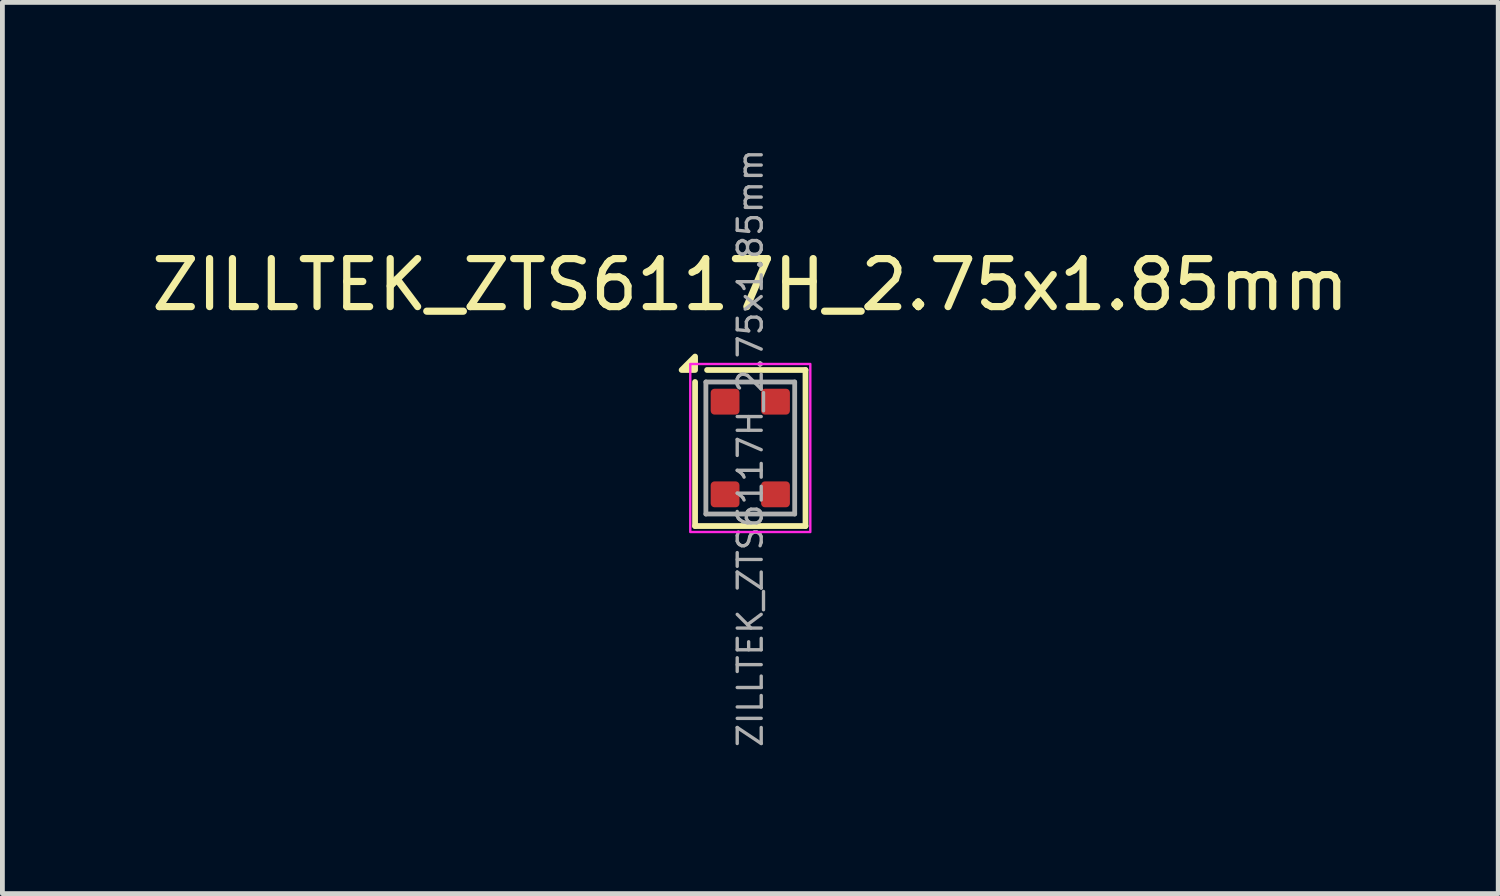
<source format=kicad_pcb>
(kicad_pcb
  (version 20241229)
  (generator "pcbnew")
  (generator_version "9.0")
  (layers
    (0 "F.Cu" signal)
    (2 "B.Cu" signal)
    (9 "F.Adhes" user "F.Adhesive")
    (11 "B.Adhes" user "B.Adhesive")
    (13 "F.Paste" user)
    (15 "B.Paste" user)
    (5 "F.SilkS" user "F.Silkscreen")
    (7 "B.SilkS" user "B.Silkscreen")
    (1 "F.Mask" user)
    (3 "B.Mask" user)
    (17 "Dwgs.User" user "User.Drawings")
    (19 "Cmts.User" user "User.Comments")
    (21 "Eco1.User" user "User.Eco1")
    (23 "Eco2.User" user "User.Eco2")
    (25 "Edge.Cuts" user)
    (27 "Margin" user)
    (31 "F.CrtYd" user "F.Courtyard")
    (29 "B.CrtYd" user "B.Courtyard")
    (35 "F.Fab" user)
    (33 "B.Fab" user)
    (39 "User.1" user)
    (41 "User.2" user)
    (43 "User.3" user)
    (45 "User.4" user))
  (footprint "ZILLTEK_ZTS6117H_2.75x1.85mm"
    (layer "F.Cu")
    (at 12.577 6.281)
    (property "Reference" "ZILLTEK_ZTS6117H_2.75x1.85mm" (at 0 -3.4 0) (layer "F.SilkS") (effects (font (size 1 1) (thickness 0.15))))
    (attr smd)
    (fp_line (start -1.15 -1.375) (end -1.15 1.625) (stroke (width 0.12) (type solid)) (layer "F.SilkS"))
    (fp_line (start 1.15 -1.625) (end -0.9 -1.625) (stroke (width 0.12) (type solid)) (layer "F.SilkS"))
    (fp_line (start 1.15 -1.625) (end 1.15 1.625) (stroke (width 0.12) (type solid)) (layer "F.SilkS"))
    (fp_line (start 1.15 1.625) (end -1.15 1.625) (stroke (width 0.12) (type solid)) (layer "F.SilkS"))
    (fp_poly (pts (xy -1.15 -1.625) (xy -1.43 -1.625) (xy -1.15 -1.905) (xy -1.15 -1.625)) (stroke (width 0.12) (type solid)) (fill yes) (layer "F.SilkS"))
    (fp_rect (start -1.25 -1.75) (end 1.25 1.75) (stroke (width 0.05) (type default)) (fill no) (layer "F.CrtYd"))
    (fp_line (start -0.925 -1.375) (end -0.925 1.375) (stroke (width 0.1) (type solid)) (layer "F.Fab"))
    (fp_line (start 0.925 -1.375) (end -0.925 -1.375) (stroke (width 0.1) (type solid)) (layer "F.Fab"))
    (fp_line (start 0.925 -1.375) (end 0.925 1.375) (stroke (width 0.1) (type solid)) (layer "F.Fab"))
    (fp_line (start 0.925 1.375) (end -0.925 1.375) (stroke (width 0.1) (type solid)) (layer "F.Fab"))
    (fp_text user "${REFERENCE}" (at 0 0 90) (layer "F.Fab") (effects (font (size 0.5 0.5) (thickness 0.07))))
    (pad "1" smd roundrect (at 0.525 -0.965) (size 0.6 0.54) (layers "F.Cu" "F.Mask" "F.Paste") (roundrect_rratio 0.15))
    (pad "2" smd roundrect (at 0.525 0.965) (size 0.6 0.54) (layers "F.Cu" "F.Mask" "F.Paste") (roundrect_rratio 0.15))
    (pad "3" smd roundrect (at -0.525 0.965) (size 0.6 0.54) (layers "F.Cu" "F.Mask" "F.Paste") (roundrect_rratio 0.15))
    (pad "4" smd roundrect (at -0.525 -0.965) (size 0.6 0.54) (layers "F.Cu" "F.Mask" "F.Paste") (roundrect_rratio 0.15)))
  (gr_rect
    (start -3 -3)
    (end 28.155 15.562)
    (stroke (width 0.1) (type default))
    (fill no)
    (layer "Edge.Cuts")))
</source>
